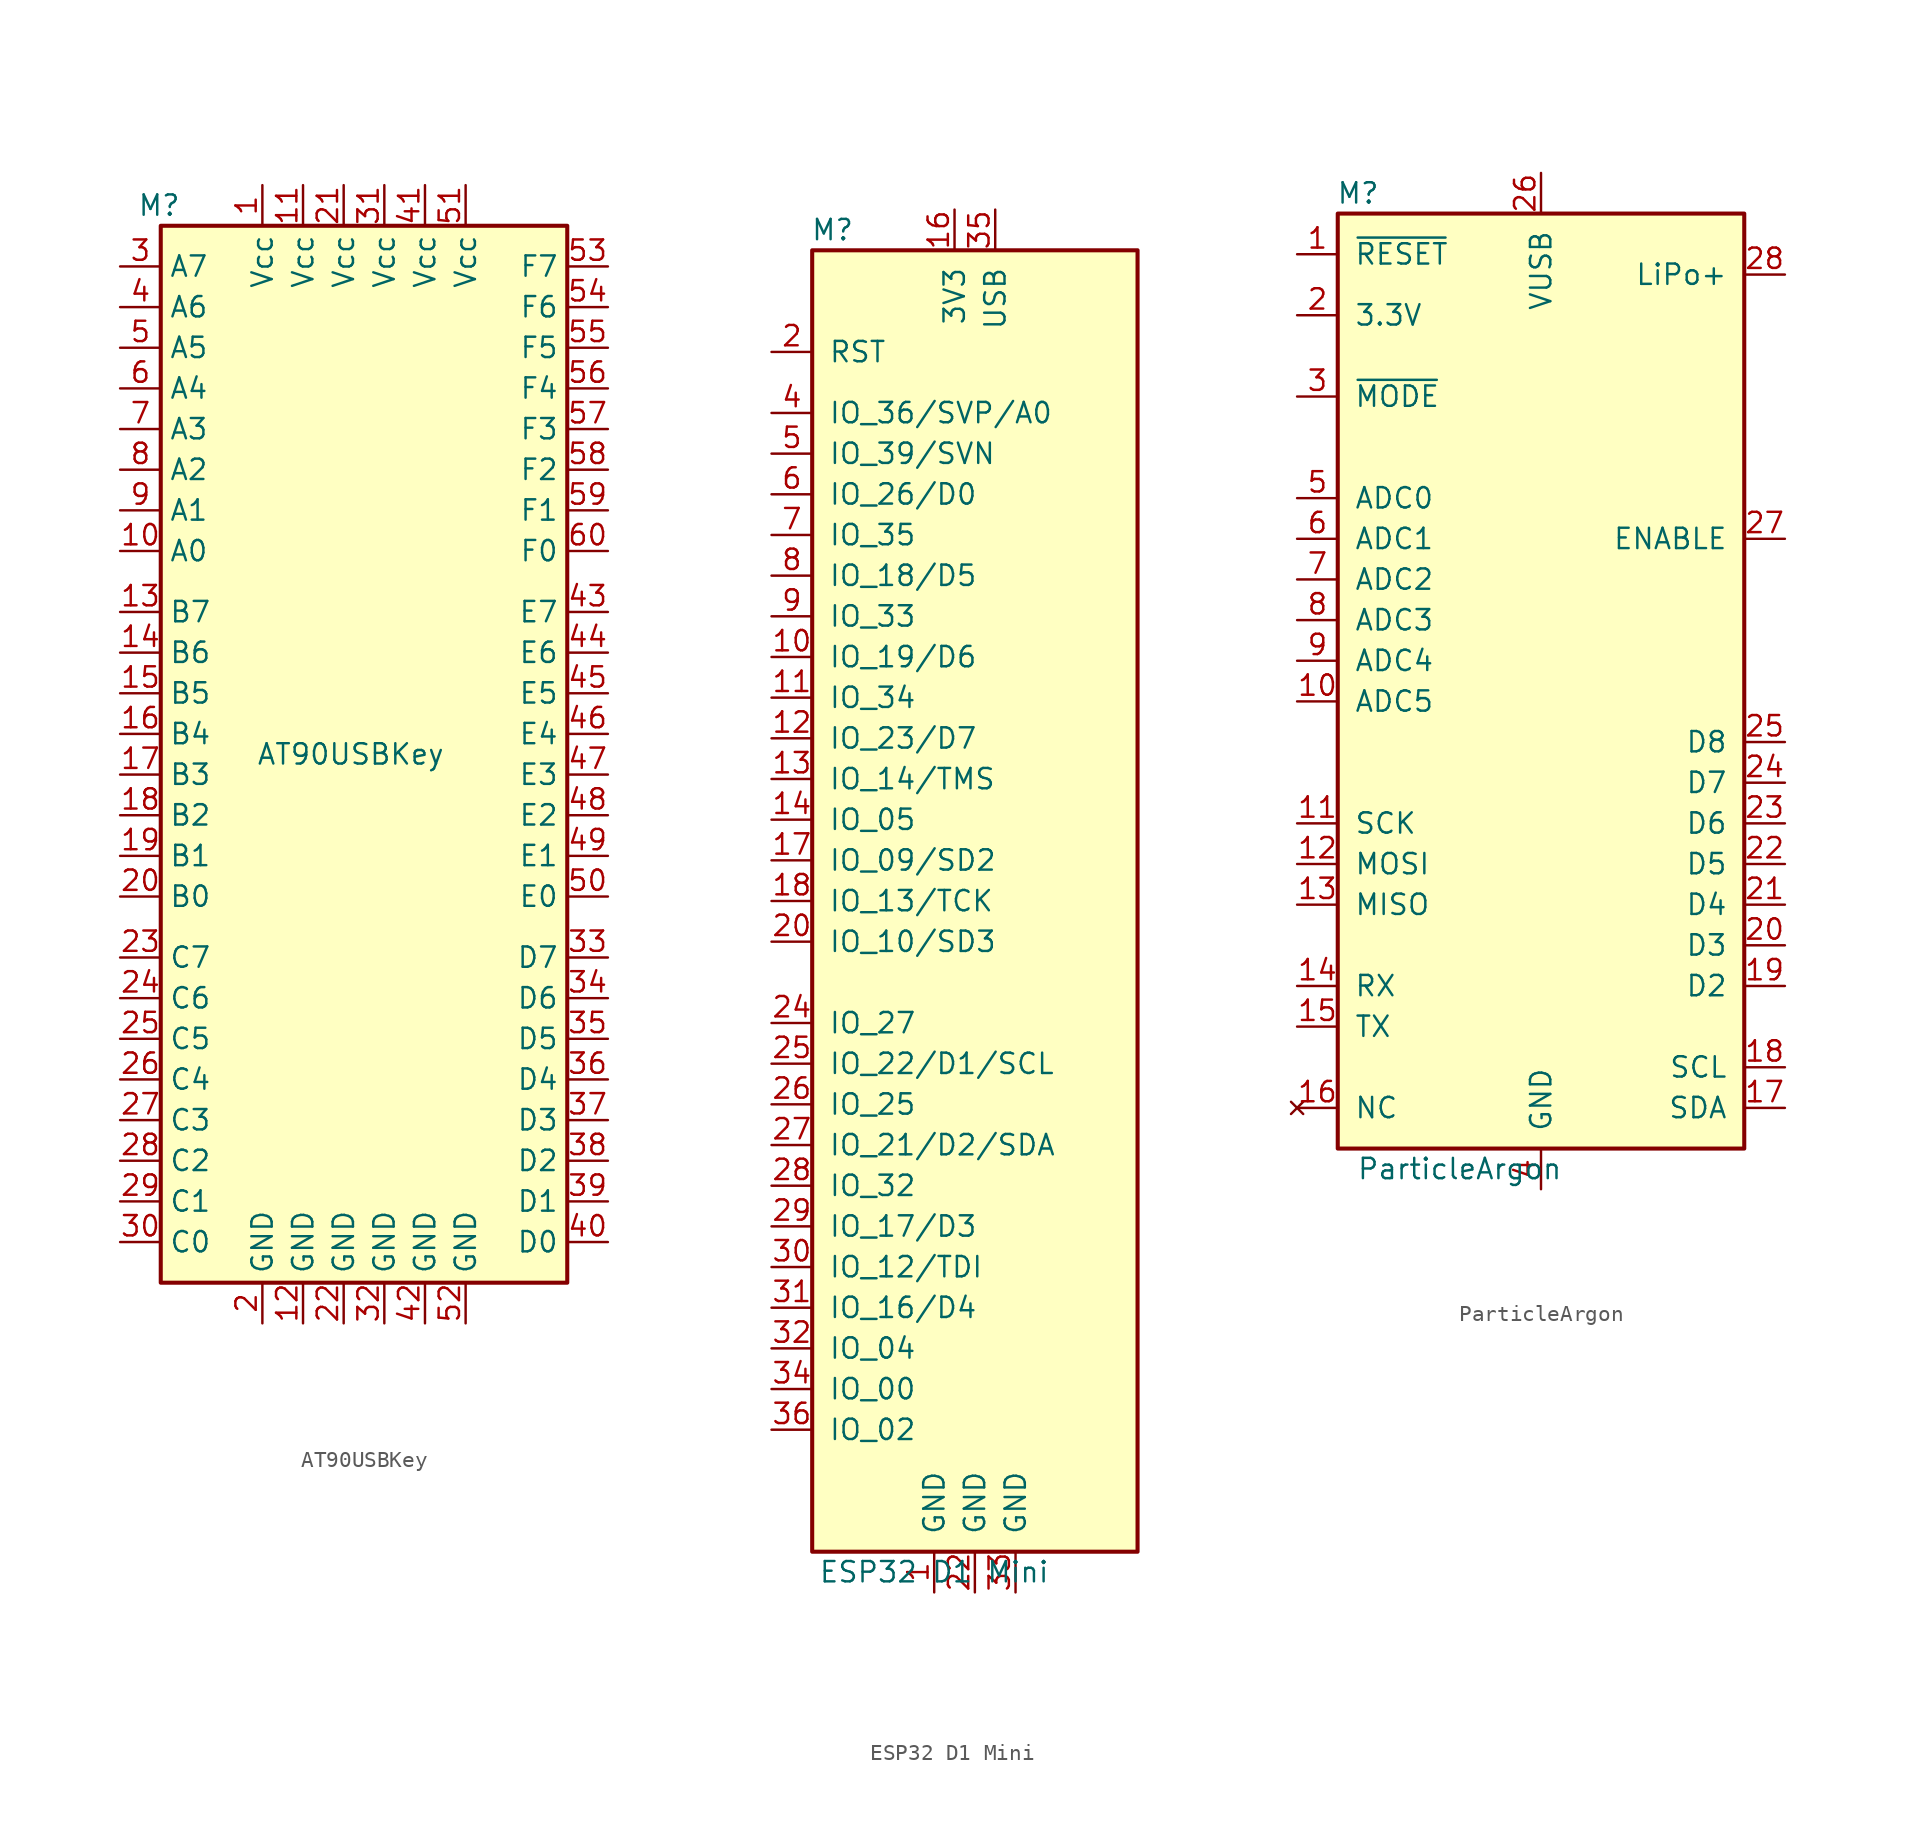
<source format=kicad_sym>
(kicad_symbol_lib
  (version 20211014)
  (generator kicad_symbol_editor)
  (symbol "AT90USBKey"
    (property "Reference" "M"
      (at -11.43 34.29 0)
      (effects (font (size 1.27 1.27)) (justify right)))
    (property "Value" "AT90USBKey"
      (at 5.08 0 0)
      (effects (font (size 1.27 1.27)) (justify right)))
    (symbol "AT90USBKey_0_1"
      (rectangle (start -12.7 33.02) (end 12.7 -33.02) (stroke (width 0.254) (type default) (color 0 0 0 0)) (fill (type background))))
    (symbol "AT90USBKey_1_1"
      (pin bidirectional line (at -6.35 35.56 270) (length 2.54) (name "Vcc" (effects (font (size 1.27 1.27)))) (number "1" (effects (font (size 1.27 1.27)))))
      (pin bidirectional line (at -15.24 12.7 0) (length 2.54) (name "A0" (effects (font (size 1.27 1.27)))) (number "10" (effects (font (size 1.27 1.27)))))
      (pin bidirectional line (at -3.81 35.56 270) (length 2.54) (name "Vcc" (effects (font (size 1.27 1.27)))) (number "11" (effects (font (size 1.27 1.27)))))
      (pin bidirectional line (at -3.81 -35.56 90) (length 2.54) (name "GND" (effects (font (size 1.27 1.27)))) (number "12" (effects (font (size 1.27 1.27)))))
      (pin bidirectional line (at -15.24 8.89 0) (length 2.54) (name "B7" (effects (font (size 1.27 1.27)))) (number "13" (effects (font (size 1.27 1.27)))))
      (pin bidirectional line (at -15.24 6.35 0) (length 2.54) (name "B6" (effects (font (size 1.27 1.27)))) (number "14" (effects (font (size 1.27 1.27)))))
      (pin bidirectional line (at -15.24 3.81 0) (length 2.54) (name "B5" (effects (font (size 1.27 1.27)))) (number "15" (effects (font (size 1.27 1.27)))))
      (pin bidirectional line (at -15.24 1.27 0) (length 2.54) (name "B4" (effects (font (size 1.27 1.27)))) (number "16" (effects (font (size 1.27 1.27)))))
      (pin bidirectional line (at -15.24 -1.27 0) (length 2.54) (name "B3" (effects (font (size 1.27 1.27)))) (number "17" (effects (font (size 1.27 1.27)))))
      (pin bidirectional line (at -15.24 -3.81 0) (length 2.54) (name "B2" (effects (font (size 1.27 1.27)))) (number "18" (effects (font (size 1.27 1.27)))))
      (pin bidirectional line (at -15.24 -6.35 0) (length 2.54) (name "B1" (effects (font (size 1.27 1.27)))) (number "19" (effects (font (size 1.27 1.27)))))
      (pin bidirectional line (at -6.35 -35.56 90) (length 2.54) (name "GND" (effects (font (size 1.27 1.27)))) (number "2" (effects (font (size 1.27 1.27)))))
      (pin bidirectional line (at -15.24 -8.89 0) (length 2.54) (name "B0" (effects (font (size 1.27 1.27)))) (number "20" (effects (font (size 1.27 1.27)))))
      (pin bidirectional line (at -1.27 35.56 270) (length 2.54) (name "Vcc" (effects (font (size 1.27 1.27)))) (number "21" (effects (font (size 1.27 1.27)))))
      (pin bidirectional line (at -1.27 -35.56 90) (length 2.54) (name "GND" (effects (font (size 1.27 1.27)))) (number "22" (effects (font (size 1.27 1.27)))))
      (pin bidirectional line (at -15.24 -12.7 0) (length 2.54) (name "C7" (effects (font (size 1.27 1.27)))) (number "23" (effects (font (size 1.27 1.27)))))
      (pin bidirectional line (at -15.24 -15.24 0) (length 2.54) (name "C6" (effects (font (size 1.27 1.27)))) (number "24" (effects (font (size 1.27 1.27)))))
      (pin bidirectional line (at -15.24 -17.78 0) (length 2.54) (name "C5" (effects (font (size 1.27 1.27)))) (number "25" (effects (font (size 1.27 1.27)))))
      (pin bidirectional line (at -15.24 -20.32 0) (length 2.54) (name "C4" (effects (font (size 1.27 1.27)))) (number "26" (effects (font (size 1.27 1.27)))))
      (pin bidirectional line (at -15.24 -22.86 0) (length 2.54) (name "C3" (effects (font (size 1.27 1.27)))) (number "27" (effects (font (size 1.27 1.27)))))
      (pin bidirectional line (at -15.24 -25.4 0) (length 2.54) (name "C2" (effects (font (size 1.27 1.27)))) (number "28" (effects (font (size 1.27 1.27)))))
      (pin bidirectional line (at -15.24 -27.94 0) (length 2.54) (name "C1" (effects (font (size 1.27 1.27)))) (number "29" (effects (font (size 1.27 1.27)))))
      (pin bidirectional line (at -15.24 30.48 0) (length 2.54) (name "A7" (effects (font (size 1.27 1.27)))) (number "3" (effects (font (size 1.27 1.27)))))
      (pin bidirectional line (at -15.24 -30.48 0) (length 2.54) (name "C0" (effects (font (size 1.27 1.27)))) (number "30" (effects (font (size 1.27 1.27)))))
      (pin bidirectional line (at 1.27 35.56 270) (length 2.54) (name "Vcc" (effects (font (size 1.27 1.27)))) (number "31" (effects (font (size 1.27 1.27)))))
      (pin bidirectional line (at 1.27 -35.56 90) (length 2.54) (name "GND" (effects (font (size 1.27 1.27)))) (number "32" (effects (font (size 1.27 1.27)))))
      (pin bidirectional line (at 15.24 -12.7 180) (length 2.54) (name "D7" (effects (font (size 1.27 1.27)))) (number "33" (effects (font (size 1.27 1.27)))))
      (pin bidirectional line (at 15.24 -15.24 180) (length 2.54) (name "D6" (effects (font (size 1.27 1.27)))) (number "34" (effects (font (size 1.27 1.27)))))
      (pin bidirectional line (at 15.24 -17.78 180) (length 2.54) (name "D5" (effects (font (size 1.27 1.27)))) (number "35" (effects (font (size 1.27 1.27)))))
      (pin bidirectional line (at 15.24 -20.32 180) (length 2.54) (name "D4" (effects (font (size 1.27 1.27)))) (number "36" (effects (font (size 1.27 1.27)))))
      (pin bidirectional line (at 15.24 -22.86 180) (length 2.54) (name "D3" (effects (font (size 1.27 1.27)))) (number "37" (effects (font (size 1.27 1.27)))))
      (pin bidirectional line (at 15.24 -25.4 180) (length 2.54) (name "D2" (effects (font (size 1.27 1.27)))) (number "38" (effects (font (size 1.27 1.27)))))
      (pin bidirectional line (at 15.24 -27.94 180) (length 2.54) (name "D1" (effects (font (size 1.27 1.27)))) (number "39" (effects (font (size 1.27 1.27)))))
      (pin bidirectional line (at -15.24 27.94 0) (length 2.54) (name "A6" (effects (font (size 1.27 1.27)))) (number "4" (effects (font (size 1.27 1.27)))))
      (pin bidirectional line (at 15.24 -30.48 180) (length 2.54) (name "D0" (effects (font (size 1.27 1.27)))) (number "40" (effects (font (size 1.27 1.27)))))
      (pin bidirectional line (at 3.81 35.56 270) (length 2.54) (name "Vcc" (effects (font (size 1.27 1.27)))) (number "41" (effects (font (size 1.27 1.27)))))
      (pin bidirectional line (at 3.81 -35.56 90) (length 2.54) (name "GND" (effects (font (size 1.27 1.27)))) (number "42" (effects (font (size 1.27 1.27)))))
      (pin bidirectional line (at 15.24 8.89 180) (length 2.54) (name "E7" (effects (font (size 1.27 1.27)))) (number "43" (effects (font (size 1.27 1.27)))))
      (pin bidirectional line (at 15.24 6.35 180) (length 2.54) (name "E6" (effects (font (size 1.27 1.27)))) (number "44" (effects (font (size 1.27 1.27)))))
      (pin bidirectional line (at 15.24 3.81 180) (length 2.54) (name "E5" (effects (font (size 1.27 1.27)))) (number "45" (effects (font (size 1.27 1.27)))))
      (pin bidirectional line (at 15.24 1.27 180) (length 2.54) (name "E4" (effects (font (size 1.27 1.27)))) (number "46" (effects (font (size 1.27 1.27)))))
      (pin bidirectional line (at 15.24 -1.27 180) (length 2.54) (name "E3" (effects (font (size 1.27 1.27)))) (number "47" (effects (font (size 1.27 1.27)))))
      (pin bidirectional line (at 15.24 -3.81 180) (length 2.54) (name "E2" (effects (font (size 1.27 1.27)))) (number "48" (effects (font (size 1.27 1.27)))))
      (pin bidirectional line (at 15.24 -6.35 180) (length 2.54) (name "E1" (effects (font (size 1.27 1.27)))) (number "49" (effects (font (size 1.27 1.27)))))
      (pin bidirectional line (at -15.24 25.4 0) (length 2.54) (name "A5" (effects (font (size 1.27 1.27)))) (number "5" (effects (font (size 1.27 1.27)))))
      (pin bidirectional line (at 15.24 -8.89 180) (length 2.54) (name "E0" (effects (font (size 1.27 1.27)))) (number "50" (effects (font (size 1.27 1.27)))))
      (pin bidirectional line (at 6.35 35.56 270) (length 2.54) (name "Vcc" (effects (font (size 1.27 1.27)))) (number "51" (effects (font (size 1.27 1.27)))))
      (pin bidirectional line (at 6.35 -35.56 90) (length 2.54) (name "GND" (effects (font (size 1.27 1.27)))) (number "52" (effects (font (size 1.27 1.27)))))
      (pin bidirectional line (at 15.24 30.48 180) (length 2.54) (name "F7" (effects (font (size 1.27 1.27)))) (number "53" (effects (font (size 1.27 1.27)))))
      (pin bidirectional line (at 15.24 27.94 180) (length 2.54) (name "F6" (effects (font (size 1.27 1.27)))) (number "54" (effects (font (size 1.27 1.27)))))
      (pin bidirectional line (at 15.24 25.4 180) (length 2.54) (name "F5" (effects (font (size 1.27 1.27)))) (number "55" (effects (font (size 1.27 1.27)))))
      (pin bidirectional line (at 15.24 22.86 180) (length 2.54) (name "F4" (effects (font (size 1.27 1.27)))) (number "56" (effects (font (size 1.27 1.27)))))
      (pin bidirectional line (at 15.24 20.32 180) (length 2.54) (name "F3" (effects (font (size 1.27 1.27)))) (number "57" (effects (font (size 1.27 1.27)))))
      (pin bidirectional line (at 15.24 17.78 180) (length 2.54) (name "F2" (effects (font (size 1.27 1.27)))) (number "58" (effects (font (size 1.27 1.27)))))
      (pin bidirectional line (at 15.24 15.24 180) (length 2.54) (name "F1" (effects (font (size 1.27 1.27)))) (number "59" (effects (font (size 1.27 1.27)))))
      (pin bidirectional line (at -15.24 22.86 0) (length 2.54) (name "A4" (effects (font (size 1.27 1.27)))) (number "6" (effects (font (size 1.27 1.27)))))
      (pin bidirectional line (at 15.24 12.7 180) (length 2.54) (name "F0" (effects (font (size 1.27 1.27)))) (number "60" (effects (font (size 1.27 1.27)))))
      (pin bidirectional line (at -15.24 20.32 0) (length 2.54) (name "A3" (effects (font (size 1.27 1.27)))) (number "7" (effects (font (size 1.27 1.27)))))
      (pin bidirectional line (at -15.24 17.78 0) (length 2.54) (name "A2" (effects (font (size 1.27 1.27)))) (number "8" (effects (font (size 1.27 1.27)))))
      (pin bidirectional line (at -15.24 15.24 0) (length 2.54) (name "A1" (effects (font (size 1.27 1.27)))) (number "9" (effects (font (size 1.27 1.27)))))))
  (symbol "ESP32 D1 Mini"
    (pin_names
      (offset 1.016))
    (property "Reference" "M"
      (at -7.62 41.91 0)
      (effects (font (size 1.27 1.27))))
    (property "Value" "ESP32 D1 Mini"
      (at -1.27 -41.91 0)
      (effects (font (size 1.27 1.27))))
    (symbol "ESP32 D1 Mini_0_0"
      (pin power_in line (at -1.27 -43.18 90) (length 2.54) (name "GND" (effects (font (size 1.27 1.27)))) (number "1" (effects (font (size 1.27 1.27)))))
      (pin input line (at -11.43 34.29 0) (length 2.54) (name "RST" (effects (font (size 1.27 1.27)))) (number "2" (effects (font (size 1.27 1.27)))))
      (pin bidirectional line (at -11.43 30.48 0) (length 2.54) (name "IO_36/SVP/A0" (effects (font (size 1.27 1.27)))) (number "4" (effects (font (size 1.27 1.27)))))
      (pin bidirectional line (at -11.43 27.94 0) (length 2.54) (name "IO_39/SVN" (effects (font (size 1.27 1.27)))) (number "5" (effects (font (size 1.27 1.27))))))
    (symbol "ESP32 D1 Mini_0_1"
      (rectangle (start -8.89 40.64) (end 11.43 -40.64) (stroke (width 0.254) (type default) (color 0 0 0 0)) (fill (type background))))
    (symbol "ESP32 D1 Mini_1_1"
      (pin bidirectional line (at -11.43 15.24 0) (length 2.54) (name "IO_19/D6" (effects (font (size 1.27 1.27)))) (number "10" (effects (font (size 1.27 1.27)))))
      (pin bidirectional line (at -11.43 12.7 0) (length 2.54) (name "IO_34" (effects (font (size 1.27 1.27)))) (number "11" (effects (font (size 1.27 1.27)))))
      (pin bidirectional line (at -11.43 10.16 0) (length 2.54) (name "IO_23/D7" (effects (font (size 1.27 1.27)))) (number "12" (effects (font (size 1.27 1.27)))))
      (pin bidirectional line (at -11.43 7.62 0) (length 2.54) (name "IO_14/TMS" (effects (font (size 1.27 1.27)))) (number "13" (effects (font (size 1.27 1.27)))))
      (pin bidirectional line (at -11.43 5.08 0) (length 2.54) (name "IO_05" (effects (font (size 1.27 1.27)))) (number "14" (effects (font (size 1.27 1.27)))))
      (pin power_in line (at 0 43.18 270) (length 2.54) (name "3V3" (effects (font (size 1.27 1.27)))) (number "16" (effects (font (size 1.27 1.27)))))
      (pin bidirectional line (at -11.43 2.54 0) (length 2.54) (name "IO_09/SD2" (effects (font (size 1.27 1.27)))) (number "17" (effects (font (size 1.27 1.27)))))
      (pin bidirectional line (at -11.43 0 0) (length 2.54) (name "IO_13/TCK" (effects (font (size 1.27 1.27)))) (number "18" (effects (font (size 1.27 1.27)))))
      (pin bidirectional line (at -11.43 -2.54 0) (length 2.54) (name "IO_10/SD3" (effects (font (size 1.27 1.27)))) (number "20" (effects (font (size 1.27 1.27)))))
      (pin power_in line (at 1.27 -43.18 90) (length 2.54) (name "GND" (effects (font (size 1.27 1.27)))) (number "22" (effects (font (size 1.27 1.27)))))
      (pin bidirectional line (at -11.43 -7.62 0) (length 2.54) (name "IO_27" (effects (font (size 1.27 1.27)))) (number "24" (effects (font (size 1.27 1.27)))))
      (pin bidirectional line (at -11.43 -10.16 0) (length 2.54) (name "IO_22/D1/SCL" (effects (font (size 1.27 1.27)))) (number "25" (effects (font (size 1.27 1.27)))))
      (pin bidirectional line (at -11.43 -12.7 0) (length 2.54) (name "IO_25" (effects (font (size 1.27 1.27)))) (number "26" (effects (font (size 1.27 1.27)))))
      (pin bidirectional line (at -11.43 -15.24 0) (length 2.54) (name "IO_21/D2/SDA" (effects (font (size 1.27 1.27)))) (number "27" (effects (font (size 1.27 1.27)))))
      (pin bidirectional line (at -11.43 -17.78 0) (length 2.54) (name "IO_32" (effects (font (size 1.27 1.27)))) (number "28" (effects (font (size 1.27 1.27)))))
      (pin bidirectional line (at -11.43 -20.32 0) (length 2.54) (name "IO_17/D3" (effects (font (size 1.27 1.27)))) (number "29" (effects (font (size 1.27 1.27)))))
      (pin bidirectional line (at -11.43 -22.86 0) (length 2.54) (name "IO_12/TDI" (effects (font (size 1.27 1.27)))) (number "30" (effects (font (size 1.27 1.27)))))
      (pin bidirectional line (at -11.43 -25.4 0) (length 2.54) (name "IO_16/D4" (effects (font (size 1.27 1.27)))) (number "31" (effects (font (size 1.27 1.27)))))
      (pin bidirectional line (at -11.43 -27.94 0) (length 2.54) (name "IO_04" (effects (font (size 1.27 1.27)))) (number "32" (effects (font (size 1.27 1.27)))))
      (pin power_in line (at 3.81 -43.18 90) (length 2.54) (name "GND" (effects (font (size 1.27 1.27)))) (number "33" (effects (font (size 1.27 1.27)))))
      (pin bidirectional line (at -11.43 -30.48 0) (length 2.54) (name "IO_00" (effects (font (size 1.27 1.27)))) (number "34" (effects (font (size 1.27 1.27)))))
      (pin power_in line (at 2.54 43.18 270) (length 2.54) (name "USB" (effects (font (size 1.27 1.27)))) (number "35" (effects (font (size 1.27 1.27)))))
      (pin bidirectional line (at -11.43 -33.02 0) (length 2.54) (name "IO_02" (effects (font (size 1.27 1.27)))) (number "36" (effects (font (size 1.27 1.27)))))
      (pin bidirectional line (at -11.43 25.4 0) (length 2.54) (name "IO_26/D0" (effects (font (size 1.27 1.27)))) (number "6" (effects (font (size 1.27 1.27)))))
      (pin bidirectional line (at -11.43 22.86 0) (length 2.54) (name "IO_35" (effects (font (size 1.27 1.27)))) (number "7" (effects (font (size 1.27 1.27)))))
      (pin bidirectional line (at -11.43 20.32 0) (length 2.54) (name "IO_18/D5" (effects (font (size 1.27 1.27)))) (number "8" (effects (font (size 1.27 1.27)))))
      (pin bidirectional line (at -11.43 17.78 0) (length 2.54) (name "IO_33" (effects (font (size 1.27 1.27)))) (number "9" (effects (font (size 1.27 1.27)))))))
  (symbol "ParticleArgon"
    (pin_names
      (offset 1.016))
    (property "Reference" "M"
      (at -11.43 29.21 0)
      (effects (font (size 1.27 1.27))))
    (property "Value" "ParticleArgon"
      (at -5.08 -31.75 0)
      (effects (font (size 1.27 1.27))))
    (symbol "ParticleArgon_1_1"
      (rectangle (start -12.7 27.94) (end 12.7 -30.48) (stroke (width 0.254) (type default) (color 0 0 0 0)) (fill (type background)))
      (pin input line (at -15.24 25.4 0) (length 2.54) (name "~{RESET}" (effects (font (size 1.27 1.27)))) (number "1" (effects (font (size 1.27 1.27)))))
      (pin bidirectional line (at -15.24 -2.54 0) (length 2.54) (name "ADC5" (effects (font (size 1.27 1.27)))) (number "10" (effects (font (size 1.27 1.27)))))
      (pin bidirectional line (at -15.24 -10.16 0) (length 2.54) (name "SCK" (effects (font (size 1.27 1.27)))) (number "11" (effects (font (size 1.27 1.27)))))
      (pin bidirectional line (at -15.24 -12.7 0) (length 2.54) (name "MOSI" (effects (font (size 1.27 1.27)))) (number "12" (effects (font (size 1.27 1.27)))))
      (pin bidirectional line (at -15.24 -15.24 0) (length 2.54) (name "MISO" (effects (font (size 1.27 1.27)))) (number "13" (effects (font (size 1.27 1.27)))))
      (pin bidirectional line (at -15.24 -20.32 0) (length 2.54) (name "RX" (effects (font (size 1.27 1.27)))) (number "14" (effects (font (size 1.27 1.27)))))
      (pin bidirectional line (at -15.24 -22.86 0) (length 2.54) (name "TX" (effects (font (size 1.27 1.27)))) (number "15" (effects (font (size 1.27 1.27)))))
      (pin no_connect line (at -15.24 -27.94 0) (length 2.54) (name "NC" (effects (font (size 1.27 1.27)))) (number "16" (effects (font (size 1.27 1.27)))))
      (pin bidirectional line (at 15.24 -27.94 180) (length 2.54) (name "SDA" (effects (font (size 1.27 1.27)))) (number "17" (effects (font (size 1.27 1.27)))))
      (pin bidirectional line (at 15.24 -25.4 180) (length 2.54) (name "SCL" (effects (font (size 1.27 1.27)))) (number "18" (effects (font (size 1.27 1.27)))))
      (pin bidirectional line (at 15.24 -20.32 180) (length 2.54) (name "D2" (effects (font (size 1.27 1.27)))) (number "19" (effects (font (size 1.27 1.27)))))
      (pin power_out line (at -15.24 21.59 0) (length 2.54) (name "3.3V" (effects (font (size 1.27 1.27)))) (number "2" (effects (font (size 1.27 1.27)))))
      (pin bidirectional line (at 15.24 -17.78 180) (length 2.54) (name "D3" (effects (font (size 1.27 1.27)))) (number "20" (effects (font (size 1.27 1.27)))))
      (pin bidirectional line (at 15.24 -15.24 180) (length 2.54) (name "D4" (effects (font (size 1.27 1.27)))) (number "21" (effects (font (size 1.27 1.27)))))
      (pin bidirectional line (at 15.24 -12.7 180) (length 2.54) (name "D5" (effects (font (size 1.27 1.27)))) (number "22" (effects (font (size 1.27 1.27)))))
      (pin bidirectional line (at 15.24 -10.16 180) (length 2.54) (name "D6" (effects (font (size 1.27 1.27)))) (number "23" (effects (font (size 1.27 1.27)))))
      (pin bidirectional line (at 15.24 -7.62 180) (length 2.54) (name "D7" (effects (font (size 1.27 1.27)))) (number "24" (effects (font (size 1.27 1.27)))))
      (pin bidirectional line (at 15.24 -5.08 180) (length 2.54) (name "D8" (effects (font (size 1.27 1.27)))) (number "25" (effects (font (size 1.27 1.27)))))
      (pin power_in line (at 0 30.48 270) (length 2.54) (name "VUSB" (effects (font (size 1.27 1.27)))) (number "26" (effects (font (size 1.27 1.27)))))
      (pin input line (at 15.24 7.62 180) (length 2.54) (name "ENABLE" (effects (font (size 1.27 1.27)))) (number "27" (effects (font (size 1.27 1.27)))))
      (pin bidirectional line (at 15.24 24.13 180) (length 2.54) (name "LiPo+" (effects (font (size 1.27 1.27)))) (number "28" (effects (font (size 1.27 1.27)))))
      (pin bidirectional line (at -15.24 16.51 0) (length 2.54) (name "~{MODE}" (effects (font (size 1.27 1.27)))) (number "3" (effects (font (size 1.27 1.27)))))
      (pin bidirectional line (at 0 -33.02 90) (length 2.54) (name "GND" (effects (font (size 1.27 1.27)))) (number "4" (effects (font (size 1.27 1.27)))))
      (pin bidirectional line (at -15.24 10.16 0) (length 2.54) (name "ADC0" (effects (font (size 1.27 1.27)))) (number "5" (effects (font (size 1.27 1.27)))))
      (pin bidirectional line (at -15.24 7.62 0) (length 2.54) (name "ADC1" (effects (font (size 1.27 1.27)))) (number "6" (effects (font (size 1.27 1.27)))))
      (pin bidirectional line (at -15.24 5.08 0) (length 2.54) (name "ADC2" (effects (font (size 1.27 1.27)))) (number "7" (effects (font (size 1.27 1.27)))))
      (pin bidirectional line (at -15.24 2.54 0) (length 2.54) (name "ADC3" (effects (font (size 1.27 1.27)))) (number "8" (effects (font (size 1.27 1.27)))))
      (pin bidirectional line (at -15.24 0 0) (length 2.54) (name "ADC4" (effects (font (size 1.27 1.27)))) (number "9" (effects (font (size 1.27 1.27))))))))
</source>
